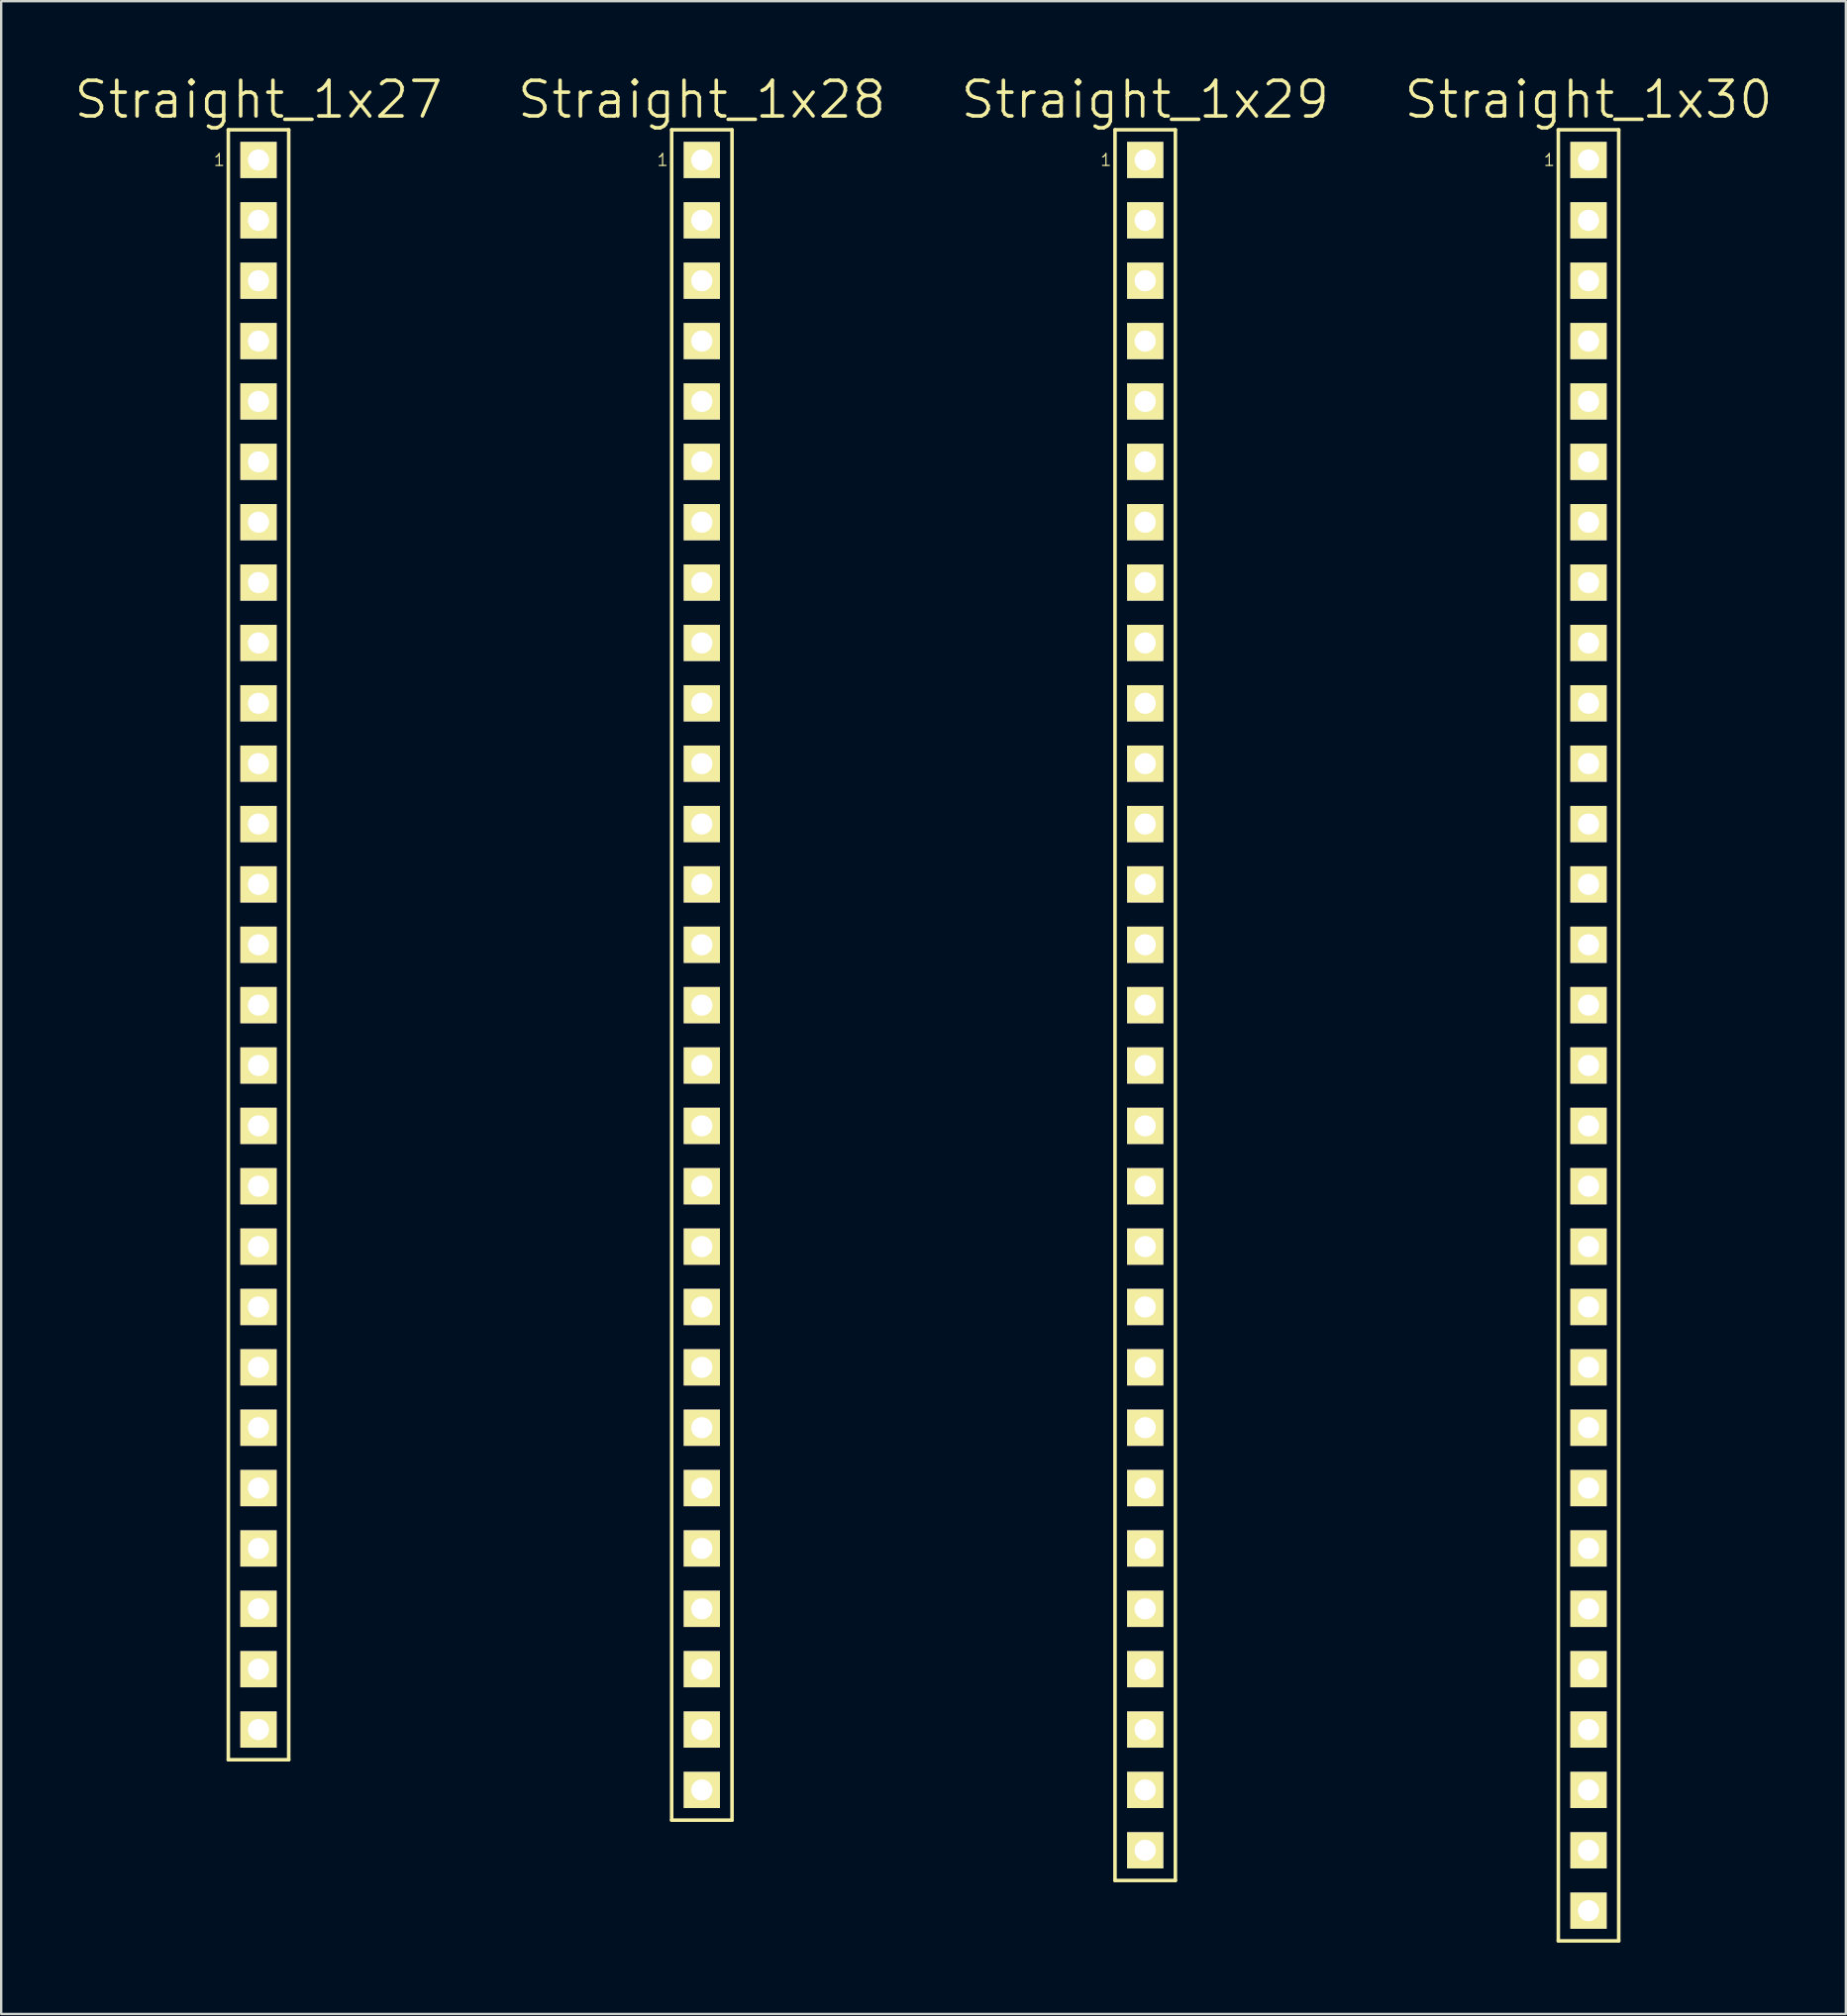
<source format=kicad_pcb>
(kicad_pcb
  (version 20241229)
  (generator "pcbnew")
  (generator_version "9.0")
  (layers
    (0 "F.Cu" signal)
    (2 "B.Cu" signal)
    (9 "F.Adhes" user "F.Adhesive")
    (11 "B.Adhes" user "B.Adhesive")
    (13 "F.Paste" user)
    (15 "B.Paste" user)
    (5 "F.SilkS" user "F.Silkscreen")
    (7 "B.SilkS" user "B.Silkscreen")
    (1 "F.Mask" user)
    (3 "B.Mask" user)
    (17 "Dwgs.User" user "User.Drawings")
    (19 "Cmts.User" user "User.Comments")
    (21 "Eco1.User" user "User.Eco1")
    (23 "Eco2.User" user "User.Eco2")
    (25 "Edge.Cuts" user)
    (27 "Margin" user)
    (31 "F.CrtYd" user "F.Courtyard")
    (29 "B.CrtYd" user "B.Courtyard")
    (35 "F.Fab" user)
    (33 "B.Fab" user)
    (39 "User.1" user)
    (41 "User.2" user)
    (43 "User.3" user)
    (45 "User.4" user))
  (footprint "Straight_1x28"
    (layer "F.Cu")
    (at 26.475 37.971)
    (property "Reference" "Straight_1x28" (at 0 -36.83 0) (layer "F.SilkS") (effects (font (size 1.5 1.5) (thickness 0.15))))
    (attr through_hole)
    (fp_line (start -1.27 -35.56) (end 1.27 -35.56) (stroke (width 0.15) (type solid)) (layer "F.SilkS"))
    (fp_line (start -1.27 35.56) (end -1.27 -35.56) (stroke (width 0.15) (type solid)) (layer "F.SilkS"))
    (fp_line (start 1.27 -35.56) (end 1.27 35.56) (stroke (width 0.15) (type solid)) (layer "F.SilkS"))
    (fp_line (start 1.27 35.56) (end -1.27 35.56) (stroke (width 0.15) (type solid)) (layer "F.SilkS"))
    (fp_text user "1" (at -1.651 -34.29 0) (layer "F.SilkS") (effects (font (size 0.5 0.5) (thickness 0.05))))
    (pad "1" thru_hole rect (at 0 -34.29) (size 1.524 1.524) (drill 0.889) (layers "*.Cu" "*.Mask" "F.SilkS"))
    (pad "2" thru_hole rect (at 0 -31.75) (size 1.524 1.524) (drill 0.889) (layers "*.Cu" "*.Mask" "F.SilkS"))
    (pad "3" thru_hole rect (at 0 -29.21) (size 1.524 1.524) (drill 0.889) (layers "*.Cu" "*.Mask" "F.SilkS"))
    (pad "4" thru_hole rect (at 0 -26.67) (size 1.524 1.524) (drill 0.889) (layers "*.Cu" "*.Mask" "F.SilkS"))
    (pad "5" thru_hole rect (at 0 -24.13) (size 1.524 1.524) (drill 0.889) (layers "*.Cu" "*.Mask" "F.SilkS"))
    (pad "6" thru_hole rect (at 0 -21.59) (size 1.524 1.524) (drill 0.889) (layers "*.Cu" "*.Mask" "F.SilkS"))
    (pad "7" thru_hole rect (at 0 -19.05) (size 1.524 1.524) (drill 0.889) (layers "*.Cu" "*.Mask" "F.SilkS"))
    (pad "8" thru_hole rect (at 0 -16.51) (size 1.524 1.524) (drill 0.889) (layers "*.Cu" "*.Mask" "F.SilkS"))
    (pad "9" thru_hole rect (at 0 -13.97) (size 1.524 1.524) (drill 0.889) (layers "*.Cu" "*.Mask" "F.SilkS"))
    (pad "10" thru_hole rect (at 0 -11.43) (size 1.524 1.524) (drill 0.889) (layers "*.Cu" "*.Mask" "F.SilkS"))
    (pad "11" thru_hole rect (at 0 -8.89) (size 1.524 1.524) (drill 0.889) (layers "*.Cu" "*.Mask" "F.SilkS"))
    (pad "12" thru_hole rect (at 0 -6.35) (size 1.524 1.524) (drill 0.889) (layers "*.Cu" "*.Mask" "F.SilkS"))
    (pad "13" thru_hole rect (at 0 -3.81) (size 1.524 1.524) (drill 0.889) (layers "*.Cu" "*.Mask" "F.SilkS"))
    (pad "14" thru_hole rect (at 0 -1.27) (size 1.524 1.524) (drill 0.889) (layers "*.Cu" "*.Mask" "F.SilkS"))
    (pad "15" thru_hole rect (at 0 1.27) (size 1.524 1.524) (drill 0.889) (layers "*.Cu" "*.Mask" "F.SilkS"))
    (pad "16" thru_hole rect (at 0 3.81) (size 1.524 1.524) (drill 0.889) (layers "*.Cu" "*.Mask" "F.SilkS"))
    (pad "17" thru_hole rect (at 0 6.35) (size 1.524 1.524) (drill 0.889) (layers "*.Cu" "*.Mask" "F.SilkS"))
    (pad "18" thru_hole rect (at 0 8.89) (size 1.524 1.524) (drill 0.889) (layers "*.Cu" "*.Mask" "F.SilkS"))
    (pad "19" thru_hole rect (at 0 11.43) (size 1.524 1.524) (drill 0.889) (layers "*.Cu" "*.Mask" "F.SilkS"))
    (pad "20" thru_hole rect (at 0 13.97) (size 1.524 1.524) (drill 0.889) (layers "*.Cu" "*.Mask" "F.SilkS"))
    (pad "21" thru_hole rect (at 0 16.51) (size 1.524 1.524) (drill 0.889) (layers "*.Cu" "*.Mask" "F.SilkS"))
    (pad "22" thru_hole rect (at 0 19.05) (size 1.524 1.524) (drill 0.889) (layers "*.Cu" "*.Mask" "F.SilkS"))
    (pad "23" thru_hole rect (at 0 21.59) (size 1.524 1.524) (drill 0.889) (layers "*.Cu" "*.Mask" "F.SilkS"))
    (pad "24" thru_hole rect (at 0 24.13) (size 1.524 1.524) (drill 0.889) (layers "*.Cu" "*.Mask" "F.SilkS"))
    (pad "25" thru_hole rect (at 0 26.67) (size 1.524 1.524) (drill 0.889) (layers "*.Cu" "*.Mask" "F.SilkS"))
    (pad "26" thru_hole rect (at 0 29.21) (size 1.524 1.524) (drill 0.889) (layers "*.Cu" "*.Mask" "F.SilkS"))
    (pad "27" thru_hole rect (at 0 31.75) (size 1.524 1.524) (drill 0.889) (layers "*.Cu" "*.Mask" "F.SilkS"))
    (pad "28" thru_hole rect (at 0 34.29) (size 1.524 1.524) (drill 0.889) (layers "*.Cu" "*.Mask" "F.SilkS")))
  (footprint "Straight_1x30"
    (layer "F.Cu")
    (at 63.775 40.511)
    (property "Reference" "Straight_1x30" (at 0 -39.37 0) (layer "F.SilkS") (effects (font (size 1.5 1.5) (thickness 0.15))))
    (attr through_hole)
    (fp_line (start -1.27 -38.1) (end 1.27 -38.1) (stroke (width 0.15) (type solid)) (layer "F.SilkS"))
    (fp_line (start -1.27 38.1) (end -1.27 -38.1) (stroke (width 0.15) (type solid)) (layer "F.SilkS"))
    (fp_line (start 1.27 -38.1) (end 1.27 38.1) (stroke (width 0.15) (type solid)) (layer "F.SilkS"))
    (fp_line (start 1.27 38.1) (end -1.27 38.1) (stroke (width 0.15) (type solid)) (layer "F.SilkS"))
    (fp_text user "1" (at -1.651 -36.83 0) (layer "F.SilkS") (effects (font (size 0.5 0.5) (thickness 0.05))))
    (pad "1" thru_hole rect (at 0 -36.83) (size 1.524 1.524) (drill 0.889) (layers "*.Cu" "*.Mask" "F.SilkS"))
    (pad "2" thru_hole rect (at 0 -34.29) (size 1.524 1.524) (drill 0.889) (layers "*.Cu" "*.Mask" "F.SilkS"))
    (pad "3" thru_hole rect (at 0 -31.75) (size 1.524 1.524) (drill 0.889) (layers "*.Cu" "*.Mask" "F.SilkS"))
    (pad "4" thru_hole rect (at 0 -29.21) (size 1.524 1.524) (drill 0.889) (layers "*.Cu" "*.Mask" "F.SilkS"))
    (pad "5" thru_hole rect (at 0 -26.67) (size 1.524 1.524) (drill 0.889) (layers "*.Cu" "*.Mask" "F.SilkS"))
    (pad "6" thru_hole rect (at 0 -24.13) (size 1.524 1.524) (drill 0.889) (layers "*.Cu" "*.Mask" "F.SilkS"))
    (pad "7" thru_hole rect (at 0 -21.59) (size 1.524 1.524) (drill 0.889) (layers "*.Cu" "*.Mask" "F.SilkS"))
    (pad "8" thru_hole rect (at 0 -19.05) (size 1.524 1.524) (drill 0.889) (layers "*.Cu" "*.Mask" "F.SilkS"))
    (pad "9" thru_hole rect (at 0 -16.51) (size 1.524 1.524) (drill 0.889) (layers "*.Cu" "*.Mask" "F.SilkS"))
    (pad "10" thru_hole rect (at 0 -13.97) (size 1.524 1.524) (drill 0.889) (layers "*.Cu" "*.Mask" "F.SilkS"))
    (pad "11" thru_hole rect (at 0 -11.43) (size 1.524 1.524) (drill 0.889) (layers "*.Cu" "*.Mask" "F.SilkS"))
    (pad "12" thru_hole rect (at 0 -8.89) (size 1.524 1.524) (drill 0.889) (layers "*.Cu" "*.Mask" "F.SilkS"))
    (pad "13" thru_hole rect (at 0 -6.35) (size 1.524 1.524) (drill 0.889) (layers "*.Cu" "*.Mask" "F.SilkS"))
    (pad "14" thru_hole rect (at 0 -3.81) (size 1.524 1.524) (drill 0.889) (layers "*.Cu" "*.Mask" "F.SilkS"))
    (pad "15" thru_hole rect (at 0 -1.27) (size 1.524 1.524) (drill 0.889) (layers "*.Cu" "*.Mask" "F.SilkS"))
    (pad "16" thru_hole rect (at 0 1.27) (size 1.524 1.524) (drill 0.889) (layers "*.Cu" "*.Mask" "F.SilkS"))
    (pad "17" thru_hole rect (at 0 3.81) (size 1.524 1.524) (drill 0.889) (layers "*.Cu" "*.Mask" "F.SilkS"))
    (pad "18" thru_hole rect (at 0 6.35) (size 1.524 1.524) (drill 0.889) (layers "*.Cu" "*.Mask" "F.SilkS"))
    (pad "19" thru_hole rect (at 0 8.89) (size 1.524 1.524) (drill 0.889) (layers "*.Cu" "*.Mask" "F.SilkS"))
    (pad "20" thru_hole rect (at 0 11.43) (size 1.524 1.524) (drill 0.889) (layers "*.Cu" "*.Mask" "F.SilkS"))
    (pad "21" thru_hole rect (at 0 13.97) (size 1.524 1.524) (drill 0.889) (layers "*.Cu" "*.Mask" "F.SilkS"))
    (pad "22" thru_hole rect (at 0 16.51) (size 1.524 1.524) (drill 0.889) (layers "*.Cu" "*.Mask" "F.SilkS"))
    (pad "23" thru_hole rect (at 0 19.05) (size 1.524 1.524) (drill 0.889) (layers "*.Cu" "*.Mask" "F.SilkS"))
    (pad "24" thru_hole rect (at 0 21.59) (size 1.524 1.524) (drill 0.889) (layers "*.Cu" "*.Mask" "F.SilkS"))
    (pad "25" thru_hole rect (at 0 24.13) (size 1.524 1.524) (drill 0.889) (layers "*.Cu" "*.Mask" "F.SilkS"))
    (pad "26" thru_hole rect (at 0 26.67) (size 1.524 1.524) (drill 0.889) (layers "*.Cu" "*.Mask" "F.SilkS"))
    (pad "27" thru_hole rect (at 0 29.21) (size 1.524 1.524) (drill 0.889) (layers "*.Cu" "*.Mask" "F.SilkS"))
    (pad "28" thru_hole rect (at 0 31.75) (size 1.524 1.524) (drill 0.889) (layers "*.Cu" "*.Mask" "F.SilkS"))
    (pad "29" thru_hole rect (at 0 34.29) (size 1.524 1.524) (drill 0.889) (layers "*.Cu" "*.Mask" "F.SilkS"))
    (pad "30" thru_hole rect (at 0 36.83) (size 1.524 1.524) (drill 0.889) (layers "*.Cu" "*.Mask" "F.SilkS")))
  (footprint "Straight_1x27"
    (layer "F.Cu")
    (at 7.825 36.701)
    (property "Reference" "Straight_1x27" (at 0 -35.56 0) (layer "F.SilkS") (effects (font (size 1.5 1.5) (thickness 0.15))))
    (attr through_hole)
    (fp_line (start -1.27 -34.29) (end 1.27 -34.29) (stroke (width 0.15) (type solid)) (layer "F.SilkS"))
    (fp_line (start -1.27 34.29) (end -1.27 -34.29) (stroke (width 0.15) (type solid)) (layer "F.SilkS"))
    (fp_line (start 1.27 -34.29) (end 1.27 34.29) (stroke (width 0.15) (type solid)) (layer "F.SilkS"))
    (fp_line (start 1.27 34.29) (end -1.27 34.29) (stroke (width 0.15) (type solid)) (layer "F.SilkS"))
    (fp_text user "1" (at -1.651 -33.02 0) (layer "F.SilkS") (effects (font (size 0.5 0.5) (thickness 0.05))))
    (pad "1" thru_hole rect (at 0 -33.02) (size 1.524 1.524) (drill 0.889) (layers "*.Cu" "*.Mask" "F.SilkS"))
    (pad "2" thru_hole rect (at 0 -30.48) (size 1.524 1.524) (drill 0.889) (layers "*.Cu" "*.Mask" "F.SilkS"))
    (pad "3" thru_hole rect (at 0 -27.94) (size 1.524 1.524) (drill 0.889) (layers "*.Cu" "*.Mask" "F.SilkS"))
    (pad "4" thru_hole rect (at 0 -25.4) (size 1.524 1.524) (drill 0.889) (layers "*.Cu" "*.Mask" "F.SilkS"))
    (pad "5" thru_hole rect (at 0 -22.86) (size 1.524 1.524) (drill 0.889) (layers "*.Cu" "*.Mask" "F.SilkS"))
    (pad "6" thru_hole rect (at 0 -20.32) (size 1.524 1.524) (drill 0.889) (layers "*.Cu" "*.Mask" "F.SilkS"))
    (pad "7" thru_hole rect (at 0 -17.78) (size 1.524 1.524) (drill 0.889) (layers "*.Cu" "*.Mask" "F.SilkS"))
    (pad "8" thru_hole rect (at 0 -15.24) (size 1.524 1.524) (drill 0.889) (layers "*.Cu" "*.Mask" "F.SilkS"))
    (pad "9" thru_hole rect (at 0 -12.7) (size 1.524 1.524) (drill 0.889) (layers "*.Cu" "*.Mask" "F.SilkS"))
    (pad "10" thru_hole rect (at 0 -10.16) (size 1.524 1.524) (drill 0.889) (layers "*.Cu" "*.Mask" "F.SilkS"))
    (pad "11" thru_hole rect (at 0 -7.62) (size 1.524 1.524) (drill 0.889) (layers "*.Cu" "*.Mask" "F.SilkS"))
    (pad "12" thru_hole rect (at 0 -5.08) (size 1.524 1.524) (drill 0.889) (layers "*.Cu" "*.Mask" "F.SilkS"))
    (pad "13" thru_hole rect (at 0 -2.54) (size 1.524 1.524) (drill 0.889) (layers "*.Cu" "*.Mask" "F.SilkS"))
    (pad "14" thru_hole rect (at 0 0) (size 1.524 1.524) (drill 0.889) (layers "*.Cu" "*.Mask" "F.SilkS"))
    (pad "15" thru_hole rect (at 0 2.54) (size 1.524 1.524) (drill 0.889) (layers "*.Cu" "*.Mask" "F.SilkS"))
    (pad "16" thru_hole rect (at 0 5.08) (size 1.524 1.524) (drill 0.889) (layers "*.Cu" "*.Mask" "F.SilkS"))
    (pad "17" thru_hole rect (at 0 7.62) (size 1.524 1.524) (drill 0.889) (layers "*.Cu" "*.Mask" "F.SilkS"))
    (pad "18" thru_hole rect (at 0 10.16) (size 1.524 1.524) (drill 0.889) (layers "*.Cu" "*.Mask" "F.SilkS"))
    (pad "19" thru_hole rect (at 0 12.7) (size 1.524 1.524) (drill 0.889) (layers "*.Cu" "*.Mask" "F.SilkS"))
    (pad "20" thru_hole rect (at 0 15.24) (size 1.524 1.524) (drill 0.889) (layers "*.Cu" "*.Mask" "F.SilkS"))
    (pad "21" thru_hole rect (at 0 17.78) (size 1.524 1.524) (drill 0.889) (layers "*.Cu" "*.Mask" "F.SilkS"))
    (pad "22" thru_hole rect (at 0 20.32) (size 1.524 1.524) (drill 0.889) (layers "*.Cu" "*.Mask" "F.SilkS"))
    (pad "23" thru_hole rect (at 0 22.86) (size 1.524 1.524) (drill 0.889) (layers "*.Cu" "*.Mask" "F.SilkS"))
    (pad "24" thru_hole rect (at 0 25.4) (size 1.524 1.524) (drill 0.889) (layers "*.Cu" "*.Mask" "F.SilkS"))
    (pad "25" thru_hole rect (at 0 27.94) (size 1.524 1.524) (drill 0.889) (layers "*.Cu" "*.Mask" "F.SilkS"))
    (pad "26" thru_hole rect (at 0 30.48) (size 1.524 1.524) (drill 0.889) (layers "*.Cu" "*.Mask" "F.SilkS"))
    (pad "27" thru_hole rect (at 0 33.02) (size 1.524 1.524) (drill 0.889) (layers "*.Cu" "*.Mask" "F.SilkS")))
  (footprint "Straight_1x29"
    (layer "F.Cu")
    (at 45.125 39.241)
    (property "Reference" "Straight_1x29" (at 0 -38.1 0) (layer "F.SilkS") (effects (font (size 1.5 1.5) (thickness 0.15))))
    (attr through_hole)
    (fp_line (start -1.27 -36.83) (end 1.27 -36.83) (stroke (width 0.15) (type solid)) (layer "F.SilkS"))
    (fp_line (start -1.27 36.83) (end -1.27 -36.83) (stroke (width 0.15) (type solid)) (layer "F.SilkS"))
    (fp_line (start 1.27 -36.83) (end 1.27 36.83) (stroke (width 0.15) (type solid)) (layer "F.SilkS"))
    (fp_line (start 1.27 36.83) (end -1.27 36.83) (stroke (width 0.15) (type solid)) (layer "F.SilkS"))
    (fp_text user "1" (at -1.651 -35.56 0) (layer "F.SilkS") (effects (font (size 0.5 0.5) (thickness 0.05))))
    (pad "1" thru_hole rect (at 0 -35.56) (size 1.524 1.524) (drill 0.889) (layers "*.Cu" "*.Mask" "F.SilkS"))
    (pad "2" thru_hole rect (at 0 -33.02) (size 1.524 1.524) (drill 0.889) (layers "*.Cu" "*.Mask" "F.SilkS"))
    (pad "3" thru_hole rect (at 0 -30.48) (size 1.524 1.524) (drill 0.889) (layers "*.Cu" "*.Mask" "F.SilkS"))
    (pad "4" thru_hole rect (at 0 -27.94) (size 1.524 1.524) (drill 0.889) (layers "*.Cu" "*.Mask" "F.SilkS"))
    (pad "5" thru_hole rect (at 0 -25.4) (size 1.524 1.524) (drill 0.889) (layers "*.Cu" "*.Mask" "F.SilkS"))
    (pad "6" thru_hole rect (at 0 -22.86) (size 1.524 1.524) (drill 0.889) (layers "*.Cu" "*.Mask" "F.SilkS"))
    (pad "7" thru_hole rect (at 0 -20.32) (size 1.524 1.524) (drill 0.889) (layers "*.Cu" "*.Mask" "F.SilkS"))
    (pad "8" thru_hole rect (at 0 -17.78) (size 1.524 1.524) (drill 0.889) (layers "*.Cu" "*.Mask" "F.SilkS"))
    (pad "9" thru_hole rect (at 0 -15.24) (size 1.524 1.524) (drill 0.889) (layers "*.Cu" "*.Mask" "F.SilkS"))
    (pad "10" thru_hole rect (at 0 -12.7) (size 1.524 1.524) (drill 0.889) (layers "*.Cu" "*.Mask" "F.SilkS"))
    (pad "11" thru_hole rect (at 0 -10.16) (size 1.524 1.524) (drill 0.889) (layers "*.Cu" "*.Mask" "F.SilkS"))
    (pad "12" thru_hole rect (at 0 -7.62) (size 1.524 1.524) (drill 0.889) (layers "*.Cu" "*.Mask" "F.SilkS"))
    (pad "13" thru_hole rect (at 0 -5.08) (size 1.524 1.524) (drill 0.889) (layers "*.Cu" "*.Mask" "F.SilkS"))
    (pad "14" thru_hole rect (at 0 -2.54) (size 1.524 1.524) (drill 0.889) (layers "*.Cu" "*.Mask" "F.SilkS"))
    (pad "15" thru_hole rect (at 0 0) (size 1.524 1.524) (drill 0.889) (layers "*.Cu" "*.Mask" "F.SilkS"))
    (pad "16" thru_hole rect (at 0 2.54) (size 1.524 1.524) (drill 0.889) (layers "*.Cu" "*.Mask" "F.SilkS"))
    (pad "17" thru_hole rect (at 0 5.08) (size 1.524 1.524) (drill 0.889) (layers "*.Cu" "*.Mask" "F.SilkS"))
    (pad "18" thru_hole rect (at 0 7.62) (size 1.524 1.524) (drill 0.889) (layers "*.Cu" "*.Mask" "F.SilkS"))
    (pad "19" thru_hole rect (at 0 10.16) (size 1.524 1.524) (drill 0.889) (layers "*.Cu" "*.Mask" "F.SilkS"))
    (pad "20" thru_hole rect (at 0 12.7) (size 1.524 1.524) (drill 0.889) (layers "*.Cu" "*.Mask" "F.SilkS"))
    (pad "21" thru_hole rect (at 0 15.24) (size 1.524 1.524) (drill 0.889) (layers "*.Cu" "*.Mask" "F.SilkS"))
    (pad "22" thru_hole rect (at 0 17.78) (size 1.524 1.524) (drill 0.889) (layers "*.Cu" "*.Mask" "F.SilkS"))
    (pad "23" thru_hole rect (at 0 20.32) (size 1.524 1.524) (drill 0.889) (layers "*.Cu" "*.Mask" "F.SilkS"))
    (pad "24" thru_hole rect (at 0 22.86) (size 1.524 1.524) (drill 0.889) (layers "*.Cu" "*.Mask" "F.SilkS"))
    (pad "25" thru_hole rect (at 0 25.4) (size 1.524 1.524) (drill 0.889) (layers "*.Cu" "*.Mask" "F.SilkS"))
    (pad "26" thru_hole rect (at 0 27.94) (size 1.524 1.524) (drill 0.889) (layers "*.Cu" "*.Mask" "F.SilkS"))
    (pad "27" thru_hole rect (at 0 30.48) (size 1.524 1.524) (drill 0.889) (layers "*.Cu" "*.Mask" "F.SilkS"))
    (pad "28" thru_hole rect (at 0 33.02) (size 1.524 1.524) (drill 0.889) (layers "*.Cu" "*.Mask" "F.SilkS"))
    (pad "29" thru_hole rect (at 0 35.56) (size 1.524 1.524) (drill 0.889) (layers "*.Cu" "*.Mask" "F.SilkS")))
  (gr_rect
    (start -3 -3)
    (end 74.6 81.686)
    (stroke (width 0.1) (type default))
    (fill no)
    (layer "Edge.Cuts")))
</source>
